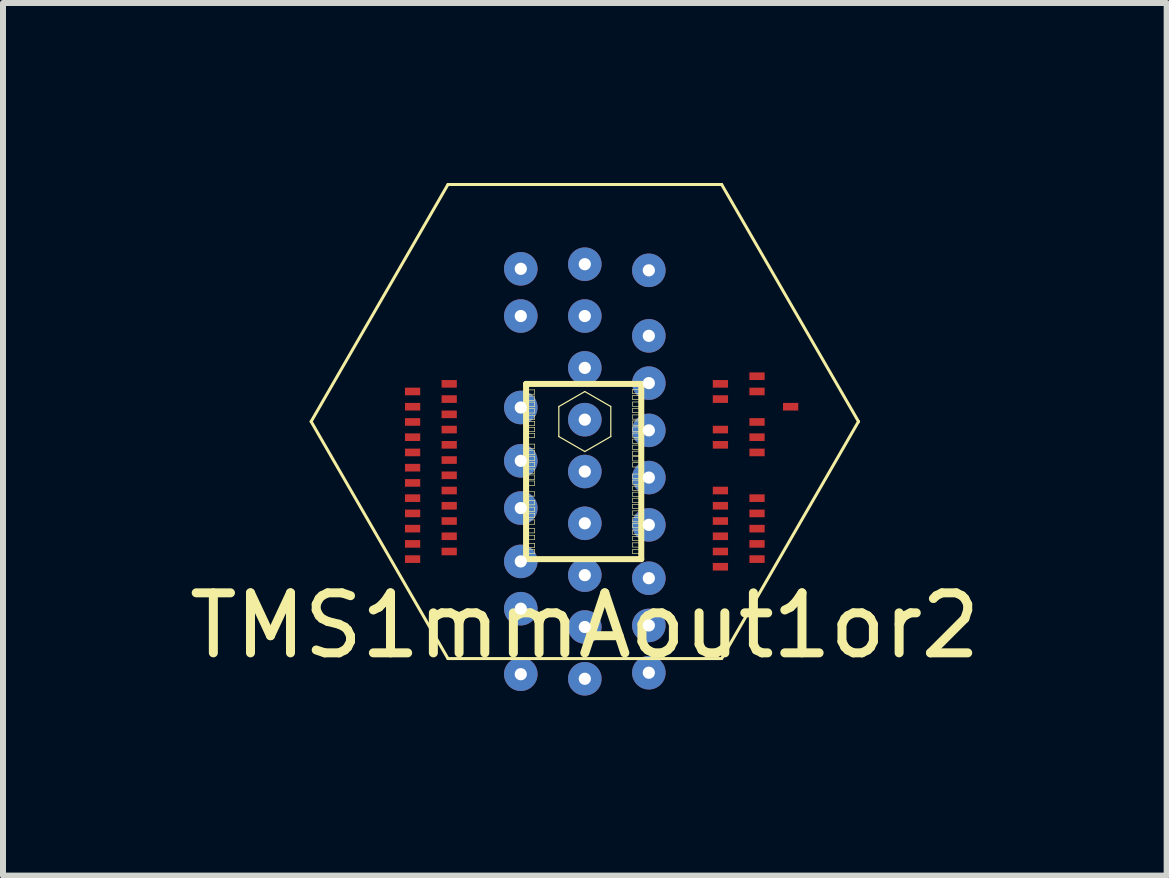
<source format=kicad_pcb>
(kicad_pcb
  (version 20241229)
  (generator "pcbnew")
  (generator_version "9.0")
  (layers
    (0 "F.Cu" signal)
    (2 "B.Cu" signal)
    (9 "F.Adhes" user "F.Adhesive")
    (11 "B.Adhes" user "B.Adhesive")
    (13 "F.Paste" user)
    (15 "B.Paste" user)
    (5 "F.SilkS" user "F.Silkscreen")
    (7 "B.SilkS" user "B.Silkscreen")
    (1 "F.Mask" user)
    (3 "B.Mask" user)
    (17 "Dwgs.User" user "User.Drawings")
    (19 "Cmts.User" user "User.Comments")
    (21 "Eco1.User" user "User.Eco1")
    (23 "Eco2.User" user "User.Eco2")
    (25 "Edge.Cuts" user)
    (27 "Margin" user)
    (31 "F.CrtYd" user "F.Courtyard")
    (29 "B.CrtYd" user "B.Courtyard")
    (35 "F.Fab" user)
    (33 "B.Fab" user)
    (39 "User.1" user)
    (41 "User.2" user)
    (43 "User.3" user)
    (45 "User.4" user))
  (footprint "TMS1mmAout1or2"
    (layer "F.Cu")
    (at 6.696 3.975)
    (property "Reference" "TMS1mmAout1or2" (at 0 3.4 0) (layer "F.SilkS") (effects (font (size 1 1) (thickness 0.15))))
    (attr through_hole)
    (fp_line (start -4.561 0) (end -2.281 -3.95) (stroke (width 0.05) (type solid)) (layer "F.SilkS"))
    (fp_line (start -2.281 -3.95) (end 2.281 -3.95) (stroke (width 0.05) (type solid)) (layer "F.SilkS"))
    (fp_line (start -2.281 3.95) (end -4.561 0) (stroke (width 0.05) (type solid)) (layer "F.SilkS"))
    (fp_line (start -0.979 -0.627) (end 0.941 -0.627) (stroke (width 0.1) (type solid)) (layer "F.SilkS"))
    (fp_line (start -0.979 2.293) (end -0.979 -0.627) (stroke (width 0.1) (type solid)) (layer "F.SilkS"))
    (fp_line (start -0.952 -0.527) (end -0.836 -0.527) (stroke (width 0.01) (type solid)) (layer "F.SilkS"))
    (fp_line (start -0.952 -0.455) (end -0.952 -0.527) (stroke (width 0.01) (type solid)) (layer "F.SilkS"))
    (fp_line (start -0.952 -0.425) (end -0.836 -0.425) (stroke (width 0.01) (type solid)) (layer "F.SilkS"))
    (fp_line (start -0.952 -0.353) (end -0.952 -0.425) (stroke (width 0.01) (type solid)) (layer "F.SilkS"))
    (fp_line (start -0.952 -0.324) (end -0.836 -0.324) (stroke (width 0.01) (type solid)) (layer "F.SilkS"))
    (fp_line (start -0.952 -0.252) (end -0.952 -0.324) (stroke (width 0.01) (type solid)) (layer "F.SilkS"))
    (fp_line (start -0.952 -0.214) (end -0.836 -0.214) (stroke (width 0.01) (type solid)) (layer "F.SilkS"))
    (fp_line (start -0.952 -0.142) (end -0.952 -0.214) (stroke (width 0.01) (type solid)) (layer "F.SilkS"))
    (fp_line (start -0.952 -0.105) (end -0.836 -0.105) (stroke (width 0.01) (type solid)) (layer "F.SilkS"))
    (fp_line (start -0.952 -0.033) (end -0.952 -0.105) (stroke (width 0.01) (type solid)) (layer "F.SilkS"))
    (fp_line (start -0.952 -0.004) (end -0.836 -0.004) (stroke (width 0.01) (type solid)) (layer "F.SilkS"))
    (fp_line (start -0.952 0.068) (end -0.952 -0.004) (stroke (width 0.01) (type solid)) (layer "F.SilkS"))
    (fp_line (start -0.952 0.096) (end -0.836 0.096) (stroke (width 0.01) (type solid)) (layer "F.SilkS"))
    (fp_line (start -0.952 0.168) (end -0.952 0.096) (stroke (width 0.01) (type solid)) (layer "F.SilkS"))
    (fp_line (start -0.952 0.197) (end -0.836 0.197) (stroke (width 0.01) (type solid)) (layer "F.SilkS"))
    (fp_line (start -0.952 0.269) (end -0.952 0.197) (stroke (width 0.01) (type solid)) (layer "F.SilkS"))
    (fp_line (start -0.952 0.376) (end -0.836 0.376) (stroke (width 0.01) (type solid)) (layer "F.SilkS"))
    (fp_line (start -0.952 0.448) (end -0.952 0.376) (stroke (width 0.01) (type solid)) (layer "F.SilkS"))
    (fp_line (start -0.952 0.477) (end -0.836 0.477) (stroke (width 0.01) (type solid)) (layer "F.SilkS"))
    (fp_line (start -0.952 0.549) (end -0.952 0.477) (stroke (width 0.01) (type solid)) (layer "F.SilkS"))
    (fp_line (start -0.952 0.578) (end -0.836 0.578) (stroke (width 0.01) (type solid)) (layer "F.SilkS"))
    (fp_line (start -0.952 0.65) (end -0.952 0.578) (stroke (width 0.01) (type solid)) (layer "F.SilkS"))
    (fp_line (start -0.952 0.679) (end -0.836 0.679) (stroke (width 0.01) (type solid)) (layer "F.SilkS"))
    (fp_line (start -0.952 0.751) (end -0.952 0.679) (stroke (width 0.01) (type solid)) (layer "F.SilkS"))
    (fp_line (start -0.952 0.79) (end -0.836 0.79) (stroke (width 0.01) (type solid)) (layer "F.SilkS"))
    (fp_line (start -0.952 0.862) (end -0.952 0.79) (stroke (width 0.01) (type solid)) (layer "F.SilkS"))
    (fp_line (start -0.952 0.891) (end -0.836 0.891) (stroke (width 0.01) (type solid)) (layer "F.SilkS"))
    (fp_line (start -0.952 0.963) (end -0.952 0.891) (stroke (width 0.01) (type solid)) (layer "F.SilkS"))
    (fp_line (start -0.952 0.991) (end -0.836 0.991) (stroke (width 0.01) (type solid)) (layer "F.SilkS"))
    (fp_line (start -0.952 1.063) (end -0.952 0.991) (stroke (width 0.01) (type solid)) (layer "F.SilkS"))
    (fp_line (start -0.952 1.171) (end -0.836 1.171) (stroke (width 0.01) (type solid)) (layer "F.SilkS"))
    (fp_line (start -0.952 1.243) (end -0.952 1.171) (stroke (width 0.01) (type solid)) (layer "F.SilkS"))
    (fp_line (start -0.952 1.316) (end -0.836 1.316) (stroke (width 0.01) (type solid)) (layer "F.SilkS"))
    (fp_line (start -0.952 1.388) (end -0.952 1.316) (stroke (width 0.01) (type solid)) (layer "F.SilkS"))
    (fp_line (start -0.952 1.427) (end -0.836 1.427) (stroke (width 0.01) (type solid)) (layer "F.SilkS"))
    (fp_line (start -0.952 1.499) (end -0.952 1.427) (stroke (width 0.01) (type solid)) (layer "F.SilkS"))
    (fp_line (start -0.952 1.528) (end -0.836 1.528) (stroke (width 0.01) (type solid)) (layer "F.SilkS"))
    (fp_line (start -0.952 1.6) (end -0.952 1.528) (stroke (width 0.01) (type solid)) (layer "F.SilkS"))
    (fp_line (start -0.952 1.639) (end -0.836 1.639) (stroke (width 0.01) (type solid)) (layer "F.SilkS"))
    (fp_line (start -0.952 1.711) (end -0.952 1.639) (stroke (width 0.01) (type solid)) (layer "F.SilkS"))
    (fp_line (start -0.952 1.784) (end -0.836 1.784) (stroke (width 0.01) (type solid)) (layer "F.SilkS"))
    (fp_line (start -0.952 1.856) (end -0.952 1.784) (stroke (width 0.01) (type solid)) (layer "F.SilkS"))
    (fp_line (start -0.952 1.895) (end -0.836 1.895) (stroke (width 0.01) (type solid)) (layer "F.SilkS"))
    (fp_line (start -0.952 1.967) (end -0.952 1.895) (stroke (width 0.01) (type solid)) (layer "F.SilkS"))
    (fp_line (start -0.952 2.029) (end -0.836 2.029) (stroke (width 0.01) (type solid)) (layer "F.SilkS"))
    (fp_line (start -0.952 2.101) (end -0.952 2.029) (stroke (width 0.01) (type solid)) (layer "F.SilkS"))
    (fp_line (start -0.952 2.13) (end -0.836 2.13) (stroke (width 0.01) (type solid)) (layer "F.SilkS"))
    (fp_line (start -0.952 2.202) (end -0.952 2.13) (stroke (width 0.01) (type solid)) (layer "F.SilkS"))
    (fp_line (start -0.836 -0.527) (end -0.836 -0.455) (stroke (width 0.01) (type solid)) (layer "F.SilkS"))
    (fp_line (start -0.836 -0.455) (end -0.952 -0.455) (stroke (width 0.01) (type solid)) (layer "F.SilkS"))
    (fp_line (start -0.836 -0.425) (end -0.836 -0.353) (stroke (width 0.01) (type solid)) (layer "F.SilkS"))
    (fp_line (start -0.836 -0.353) (end -0.952 -0.353) (stroke (width 0.01) (type solid)) (layer "F.SilkS"))
    (fp_line (start -0.836 -0.324) (end -0.836 -0.252) (stroke (width 0.01) (type solid)) (layer "F.SilkS"))
    (fp_line (start -0.836 -0.252) (end -0.952 -0.252) (stroke (width 0.01) (type solid)) (layer "F.SilkS"))
    (fp_line (start -0.836 -0.214) (end -0.836 -0.142) (stroke (width 0.01) (type solid)) (layer "F.SilkS"))
    (fp_line (start -0.836 -0.142) (end -0.952 -0.142) (stroke (width 0.01) (type solid)) (layer "F.SilkS"))
    (fp_line (start -0.836 -0.105) (end -0.836 -0.033) (stroke (width 0.01) (type solid)) (layer "F.SilkS"))
    (fp_line (start -0.836 -0.033) (end -0.952 -0.033) (stroke (width 0.01) (type solid)) (layer "F.SilkS"))
    (fp_line (start -0.836 -0.004) (end -0.836 0.068) (stroke (width 0.01) (type solid)) (layer "F.SilkS"))
    (fp_line (start -0.836 0.068) (end -0.952 0.068) (stroke (width 0.01) (type solid)) (layer "F.SilkS"))
    (fp_line (start -0.836 0.096) (end -0.836 0.168) (stroke (width 0.01) (type solid)) (layer "F.SilkS"))
    (fp_line (start -0.836 0.168) (end -0.952 0.168) (stroke (width 0.01) (type solid)) (layer "F.SilkS"))
    (fp_line (start -0.836 0.197) (end -0.836 0.269) (stroke (width 0.01) (type solid)) (layer "F.SilkS"))
    (fp_line (start -0.836 0.269) (end -0.952 0.269) (stroke (width 0.01) (type solid)) (layer "F.SilkS"))
    (fp_line (start -0.836 0.376) (end -0.836 0.448) (stroke (width 0.01) (type solid)) (layer "F.SilkS"))
    (fp_line (start -0.836 0.448) (end -0.952 0.448) (stroke (width 0.01) (type solid)) (layer "F.SilkS"))
    (fp_line (start -0.836 0.477) (end -0.836 0.549) (stroke (width 0.01) (type solid)) (layer "F.SilkS"))
    (fp_line (start -0.836 0.549) (end -0.952 0.549) (stroke (width 0.01) (type solid)) (layer "F.SilkS"))
    (fp_line (start -0.836 0.578) (end -0.836 0.65) (stroke (width 0.01) (type solid)) (layer "F.SilkS"))
    (fp_line (start -0.836 0.65) (end -0.952 0.65) (stroke (width 0.01) (type solid)) (layer "F.SilkS"))
    (fp_line (start -0.836 0.679) (end -0.836 0.751) (stroke (width 0.01) (type solid)) (layer "F.SilkS"))
    (fp_line (start -0.836 0.751) (end -0.952 0.751) (stroke (width 0.01) (type solid)) (layer "F.SilkS"))
    (fp_line (start -0.836 0.79) (end -0.836 0.862) (stroke (width 0.01) (type solid)) (layer "F.SilkS"))
    (fp_line (start -0.836 0.862) (end -0.952 0.862) (stroke (width 0.01) (type solid)) (layer "F.SilkS"))
    (fp_line (start -0.836 0.891) (end -0.836 0.963) (stroke (width 0.01) (type solid)) (layer "F.SilkS"))
    (fp_line (start -0.836 0.963) (end -0.952 0.963) (stroke (width 0.01) (type solid)) (layer "F.SilkS"))
    (fp_line (start -0.836 0.991) (end -0.836 1.063) (stroke (width 0.01) (type solid)) (layer "F.SilkS"))
    (fp_line (start -0.836 1.063) (end -0.952 1.063) (stroke (width 0.01) (type solid)) (layer "F.SilkS"))
    (fp_line (start -0.836 1.171) (end -0.836 1.243) (stroke (width 0.01) (type solid)) (layer "F.SilkS"))
    (fp_line (start -0.836 1.243) (end -0.952 1.243) (stroke (width 0.01) (type solid)) (layer "F.SilkS"))
    (fp_line (start -0.836 1.316) (end -0.836 1.388) (stroke (width 0.01) (type solid)) (layer "F.SilkS"))
    (fp_line (start -0.836 1.388) (end -0.952 1.388) (stroke (width 0.01) (type solid)) (layer "F.SilkS"))
    (fp_line (start -0.836 1.427) (end -0.836 1.499) (stroke (width 0.01) (type solid)) (layer "F.SilkS"))
    (fp_line (start -0.836 1.499) (end -0.952 1.499) (stroke (width 0.01) (type solid)) (layer "F.SilkS"))
    (fp_line (start -0.836 1.528) (end -0.836 1.6) (stroke (width 0.01) (type solid)) (layer "F.SilkS"))
    (fp_line (start -0.836 1.6) (end -0.952 1.6) (stroke (width 0.01) (type solid)) (layer "F.SilkS"))
    (fp_line (start -0.836 1.639) (end -0.836 1.711) (stroke (width 0.01) (type solid)) (layer "F.SilkS"))
    (fp_line (start -0.836 1.711) (end -0.952 1.711) (stroke (width 0.01) (type solid)) (layer "F.SilkS"))
    (fp_line (start -0.836 1.784) (end -0.836 1.856) (stroke (width 0.01) (type solid)) (layer "F.SilkS"))
    (fp_line (start -0.836 1.856) (end -0.952 1.856) (stroke (width 0.01) (type solid)) (layer "F.SilkS"))
    (fp_line (start -0.836 1.895) (end -0.836 1.967) (stroke (width 0.01) (type solid)) (layer "F.SilkS"))
    (fp_line (start -0.836 1.967) (end -0.952 1.967) (stroke (width 0.01) (type solid)) (layer "F.SilkS"))
    (fp_line (start -0.836 2.029) (end -0.836 2.101) (stroke (width 0.01) (type solid)) (layer "F.SilkS"))
    (fp_line (start -0.836 2.101) (end -0.952 2.101) (stroke (width 0.01) (type solid)) (layer "F.SilkS"))
    (fp_line (start -0.836 2.13) (end -0.836 2.202) (stroke (width 0.01) (type solid)) (layer "F.SilkS"))
    (fp_line (start -0.836 2.202) (end -0.952 2.202) (stroke (width 0.01) (type solid)) (layer "F.SilkS"))
    (fp_line (start -0.433 -0.25) (end 0 -0.5) (stroke (width 0.02) (type solid)) (layer "F.SilkS"))
    (fp_line (start -0.433 0.25) (end -0.433 -0.25) (stroke (width 0.02) (type solid)) (layer "F.SilkS"))
    (fp_line (start 0 -0.5) (end 0.433 -0.25) (stroke (width 0.02) (type solid)) (layer "F.SilkS"))
    (fp_line (start 0 0.5) (end -0.433 0.25) (stroke (width 0.02) (type solid)) (layer "F.SilkS"))
    (fp_line (start 0.433 -0.25) (end 0.433 0.25) (stroke (width 0.02) (type solid)) (layer "F.SilkS"))
    (fp_line (start 0.433 0.25) (end 0 0.5) (stroke (width 0.02) (type solid)) (layer "F.SilkS"))
    (fp_line (start 0.798 -0.537) (end 0.914 -0.537) (stroke (width 0.01) (type solid)) (layer "F.SilkS"))
    (fp_line (start 0.798 -0.465) (end 0.798 -0.537) (stroke (width 0.01) (type solid)) (layer "F.SilkS"))
    (fp_line (start 0.798 -0.436) (end 0.914 -0.436) (stroke (width 0.01) (type solid)) (layer "F.SilkS"))
    (fp_line (start 0.798 -0.364) (end 0.798 -0.436) (stroke (width 0.01) (type solid)) (layer "F.SilkS"))
    (fp_line (start 0.798 -0.326) (end 0.914 -0.326) (stroke (width 0.01) (type solid)) (layer "F.SilkS"))
    (fp_line (start 0.798 -0.254) (end 0.798 -0.326) (stroke (width 0.01) (type solid)) (layer "F.SilkS"))
    (fp_line (start 0.798 -0.22) (end 0.914 -0.22) (stroke (width 0.01) (type solid)) (layer "F.SilkS"))
    (fp_line (start 0.798 -0.148) (end 0.798 -0.22) (stroke (width 0.01) (type solid)) (layer "F.SilkS"))
    (fp_line (start 0.798 -0.111) (end 0.914 -0.111) (stroke (width 0.01) (type solid)) (layer "F.SilkS"))
    (fp_line (start 0.798 -0.039) (end 0.798 -0.111) (stroke (width 0.01) (type solid)) (layer "F.SilkS"))
    (fp_line (start 0.798 -0.01) (end 0.914 -0.01) (stroke (width 0.01) (type solid)) (layer "F.SilkS"))
    (fp_line (start 0.798 0.062) (end 0.798 -0.01) (stroke (width 0.01) (type solid)) (layer "F.SilkS"))
    (fp_line (start 0.798 0.091) (end 0.914 0.091) (stroke (width 0.01) (type solid)) (layer "F.SilkS"))
    (fp_line (start 0.798 0.163) (end 0.798 0.091) (stroke (width 0.01) (type solid)) (layer "F.SilkS"))
    (fp_line (start 0.798 0.192) (end 0.914 0.192) (stroke (width 0.01) (type solid)) (layer "F.SilkS"))
    (fp_line (start 0.798 0.264) (end 0.798 0.192) (stroke (width 0.01) (type solid)) (layer "F.SilkS"))
    (fp_line (start 0.798 0.293) (end 0.914 0.293) (stroke (width 0.01) (type solid)) (layer "F.SilkS"))
    (fp_line (start 0.798 0.365) (end 0.798 0.293) (stroke (width 0.01) (type solid)) (layer "F.SilkS"))
    (fp_line (start 0.798 0.393) (end 0.914 0.393) (stroke (width 0.01) (type solid)) (layer "F.SilkS"))
    (fp_line (start 0.798 0.465) (end 0.798 0.393) (stroke (width 0.01) (type solid)) (layer "F.SilkS"))
    (fp_line (start 0.798 0.494) (end 0.914 0.494) (stroke (width 0.01) (type solid)) (layer "F.SilkS"))
    (fp_line (start 0.798 0.566) (end 0.798 0.494) (stroke (width 0.01) (type solid)) (layer "F.SilkS"))
    (fp_line (start 0.798 0.585) (end 0.914 0.585) (stroke (width 0.01) (type solid)) (layer "F.SilkS"))
    (fp_line (start 0.798 0.657) (end 0.798 0.585) (stroke (width 0.01) (type solid)) (layer "F.SilkS"))
    (fp_line (start 0.798 0.686) (end 0.914 0.686) (stroke (width 0.01) (type solid)) (layer "F.SilkS"))
    (fp_line (start 0.798 0.758) (end 0.798 0.686) (stroke (width 0.01) (type solid)) (layer "F.SilkS"))
    (fp_line (start 0.798 0.875) (end 0.914 0.875) (stroke (width 0.01) (type solid)) (layer "F.SilkS"))
    (fp_line (start 0.798 0.947) (end 0.798 0.875) (stroke (width 0.01) (type solid)) (layer "F.SilkS"))
    (fp_line (start 0.798 0.976) (end 0.914 0.976) (stroke (width 0.01) (type solid)) (layer "F.SilkS"))
    (fp_line (start 0.798 1.048) (end 0.798 0.976) (stroke (width 0.01) (type solid)) (layer "F.SilkS"))
    (fp_line (start 0.798 1.077) (end 0.914 1.077) (stroke (width 0.01) (type solid)) (layer "F.SilkS"))
    (fp_line (start 0.798 1.149) (end 0.798 1.077) (stroke (width 0.01) (type solid)) (layer "F.SilkS"))
    (fp_line (start 0.798 1.177) (end 0.914 1.177) (stroke (width 0.01) (type solid)) (layer "F.SilkS"))
    (fp_line (start 0.798 1.249) (end 0.798 1.177) (stroke (width 0.01) (type solid)) (layer "F.SilkS"))
    (fp_line (start 0.798 1.278) (end 0.914 1.278) (stroke (width 0.01) (type solid)) (layer "F.SilkS"))
    (fp_line (start 0.798 1.35) (end 0.798 1.278) (stroke (width 0.01) (type solid)) (layer "F.SilkS"))
    (fp_line (start 0.798 1.379) (end 0.914 1.379) (stroke (width 0.01) (type solid)) (layer "F.SilkS"))
    (fp_line (start 0.798 1.451) (end 0.798 1.379) (stroke (width 0.01) (type solid)) (layer "F.SilkS"))
    (fp_line (start 0.798 1.488) (end 0.914 1.488) (stroke (width 0.01) (type solid)) (layer "F.SilkS"))
    (fp_line (start 0.798 1.56) (end 0.798 1.488) (stroke (width 0.01) (type solid)) (layer "F.SilkS"))
    (fp_line (start 0.798 1.598) (end 0.914 1.598) (stroke (width 0.01) (type solid)) (layer "F.SilkS"))
    (fp_line (start 0.798 1.67) (end 0.798 1.598) (stroke (width 0.01) (type solid)) (layer "F.SilkS"))
    (fp_line (start 0.798 1.698) (end 0.914 1.698) (stroke (width 0.01) (type solid)) (layer "F.SilkS"))
    (fp_line (start 0.798 1.77) (end 0.798 1.698) (stroke (width 0.01) (type solid)) (layer "F.SilkS"))
    (fp_line (start 0.798 1.808) (end 0.914 1.808) (stroke (width 0.01) (type solid)) (layer "F.SilkS"))
    (fp_line (start 0.798 1.88) (end 0.798 1.808) (stroke (width 0.01) (type solid)) (layer "F.SilkS"))
    (fp_line (start 0.798 1.914) (end 0.914 1.914) (stroke (width 0.01) (type solid)) (layer "F.SilkS"))
    (fp_line (start 0.798 1.986) (end 0.798 1.914) (stroke (width 0.01) (type solid)) (layer "F.SilkS"))
    (fp_line (start 0.798 2.021) (end 0.914 2.021) (stroke (width 0.01) (type solid)) (layer "F.SilkS"))
    (fp_line (start 0.798 2.093) (end 0.798 2.021) (stroke (width 0.01) (type solid)) (layer "F.SilkS"))
    (fp_line (start 0.798 2.13) (end 0.914 2.13) (stroke (width 0.01) (type solid)) (layer "F.SilkS"))
    (fp_line (start 0.798 2.202) (end 0.798 2.13) (stroke (width 0.01) (type solid)) (layer "F.SilkS"))
    (fp_line (start 0.914 -0.537) (end 0.914 -0.465) (stroke (width 0.01) (type solid)) (layer "F.SilkS"))
    (fp_line (start 0.914 -0.465) (end 0.798 -0.465) (stroke (width 0.01) (type solid)) (layer "F.SilkS"))
    (fp_line (start 0.914 -0.436) (end 0.914 -0.364) (stroke (width 0.01) (type solid)) (layer "F.SilkS"))
    (fp_line (start 0.914 -0.364) (end 0.798 -0.364) (stroke (width 0.01) (type solid)) (layer "F.SilkS"))
    (fp_line (start 0.914 -0.326) (end 0.914 -0.254) (stroke (width 0.01) (type solid)) (layer "F.SilkS"))
    (fp_line (start 0.914 -0.254) (end 0.798 -0.254) (stroke (width 0.01) (type solid)) (layer "F.SilkS"))
    (fp_line (start 0.914 -0.22) (end 0.914 -0.148) (stroke (width 0.01) (type solid)) (layer "F.SilkS"))
    (fp_line (start 0.914 -0.148) (end 0.798 -0.148) (stroke (width 0.01) (type solid)) (layer "F.SilkS"))
    (fp_line (start 0.914 -0.111) (end 0.914 -0.039) (stroke (width 0.01) (type solid)) (layer "F.SilkS"))
    (fp_line (start 0.914 -0.039) (end 0.798 -0.039) (stroke (width 0.01) (type solid)) (layer "F.SilkS"))
    (fp_line (start 0.914 -0.01) (end 0.914 0.062) (stroke (width 0.01) (type solid)) (layer "F.SilkS"))
    (fp_line (start 0.914 0.062) (end 0.798 0.062) (stroke (width 0.01) (type solid)) (layer "F.SilkS"))
    (fp_line (start 0.914 0.091) (end 0.914 0.163) (stroke (width 0.01) (type solid)) (layer "F.SilkS"))
    (fp_line (start 0.914 0.163) (end 0.798 0.163) (stroke (width 0.01) (type solid)) (layer "F.SilkS"))
    (fp_line (start 0.914 0.192) (end 0.914 0.264) (stroke (width 0.01) (type solid)) (layer "F.SilkS"))
    (fp_line (start 0.914 0.264) (end 0.798 0.264) (stroke (width 0.01) (type solid)) (layer "F.SilkS"))
    (fp_line (start 0.914 0.293) (end 0.914 0.365) (stroke (width 0.01) (type solid)) (layer "F.SilkS"))
    (fp_line (start 0.914 0.365) (end 0.798 0.365) (stroke (width 0.01) (type solid)) (layer "F.SilkS"))
    (fp_line (start 0.914 0.393) (end 0.914 0.465) (stroke (width 0.01) (type solid)) (layer "F.SilkS"))
    (fp_line (start 0.914 0.465) (end 0.798 0.465) (stroke (width 0.01) (type solid)) (layer "F.SilkS"))
    (fp_line (start 0.914 0.494) (end 0.914 0.566) (stroke (width 0.01) (type solid)) (layer "F.SilkS"))
    (fp_line (start 0.914 0.566) (end 0.798 0.566) (stroke (width 0.01) (type solid)) (layer "F.SilkS"))
    (fp_line (start 0.914 0.585) (end 0.914 0.657) (stroke (width 0.01) (type solid)) (layer "F.SilkS"))
    (fp_line (start 0.914 0.657) (end 0.798 0.657) (stroke (width 0.01) (type solid)) (layer "F.SilkS"))
    (fp_line (start 0.914 0.686) (end 0.914 0.758) (stroke (width 0.01) (type solid)) (layer "F.SilkS"))
    (fp_line (start 0.914 0.758) (end 0.798 0.758) (stroke (width 0.01) (type solid)) (layer "F.SilkS"))
    (fp_line (start 0.914 0.875) (end 0.914 0.947) (stroke (width 0.01) (type solid)) (layer "F.SilkS"))
    (fp_line (start 0.914 0.947) (end 0.798 0.947) (stroke (width 0.01) (type solid)) (layer "F.SilkS"))
    (fp_line (start 0.914 0.976) (end 0.914 1.048) (stroke (width 0.01) (type solid)) (layer "F.SilkS"))
    (fp_line (start 0.914 1.048) (end 0.798 1.048) (stroke (width 0.01) (type solid)) (layer "F.SilkS"))
    (fp_line (start 0.914 1.077) (end 0.914 1.149) (stroke (width 0.01) (type solid)) (layer "F.SilkS"))
    (fp_line (start 0.914 1.149) (end 0.798 1.149) (stroke (width 0.01) (type solid)) (layer "F.SilkS"))
    (fp_line (start 0.914 1.177) (end 0.914 1.249) (stroke (width 0.01) (type solid)) (layer "F.SilkS"))
    (fp_line (start 0.914 1.249) (end 0.798 1.249) (stroke (width 0.01) (type solid)) (layer "F.SilkS"))
    (fp_line (start 0.914 1.278) (end 0.914 1.35) (stroke (width 0.01) (type solid)) (layer "F.SilkS"))
    (fp_line (start 0.914 1.35) (end 0.798 1.35) (stroke (width 0.01) (type solid)) (layer "F.SilkS"))
    (fp_line (start 0.914 1.379) (end 0.914 1.451) (stroke (width 0.01) (type solid)) (layer "F.SilkS"))
    (fp_line (start 0.914 1.451) (end 0.798 1.451) (stroke (width 0.01) (type solid)) (layer "F.SilkS"))
    (fp_line (start 0.914 1.488) (end 0.914 1.56) (stroke (width 0.01) (type solid)) (layer "F.SilkS"))
    (fp_line (start 0.914 1.56) (end 0.798 1.56) (stroke (width 0.01) (type solid)) (layer "F.SilkS"))
    (fp_line (start 0.914 1.598) (end 0.914 1.67) (stroke (width 0.01) (type solid)) (layer "F.SilkS"))
    (fp_line (start 0.914 1.67) (end 0.798 1.67) (stroke (width 0.01) (type solid)) (layer "F.SilkS"))
    (fp_line (start 0.914 1.698) (end 0.914 1.77) (stroke (width 0.01) (type solid)) (layer "F.SilkS"))
    (fp_line (start 0.914 1.77) (end 0.798 1.77) (stroke (width 0.01) (type solid)) (layer "F.SilkS"))
    (fp_line (start 0.914 1.808) (end 0.914 1.88) (stroke (width 0.01) (type solid)) (layer "F.SilkS"))
    (fp_line (start 0.914 1.88) (end 0.798 1.88) (stroke (width 0.01) (type solid)) (layer "F.SilkS"))
    (fp_line (start 0.914 1.914) (end 0.914 1.986) (stroke (width 0.01) (type solid)) (layer "F.SilkS"))
    (fp_line (start 0.914 1.986) (end 0.798 1.986) (stroke (width 0.01) (type solid)) (layer "F.SilkS"))
    (fp_line (start 0.914 2.021) (end 0.914 2.093) (stroke (width 0.01) (type solid)) (layer "F.SilkS"))
    (fp_line (start 0.914 2.093) (end 0.798 2.093) (stroke (width 0.01) (type solid)) (layer "F.SilkS"))
    (fp_line (start 0.914 2.13) (end 0.914 2.202) (stroke (width 0.01) (type solid)) (layer "F.SilkS"))
    (fp_line (start 0.914 2.202) (end 0.798 2.202) (stroke (width 0.01) (type solid)) (layer "F.SilkS"))
    (fp_line (start 0.941 -0.627) (end 0.941 2.293) (stroke (width 0.1) (type solid)) (layer "F.SilkS"))
    (fp_line (start 0.941 2.293) (end -0.979 2.293) (stroke (width 0.1) (type solid)) (layer "F.SilkS"))
    (fp_line (start 2.281 -3.95) (end 4.561 0) (stroke (width 0.05) (type solid)) (layer "F.SilkS"))
    (fp_line (start 2.281 3.95) (end -2.281 3.95) (stroke (width 0.05) (type solid)) (layer "F.SilkS"))
    (fp_line (start 4.561 0) (end 2.281 3.95) (stroke (width 0.05) (type solid)) (layer "F.SilkS"))
    (pad "1" smd rect (at -2.26 -0.628 90) (size 0.127 0.254) (layers "F.Cu" "F.Mask"))
    (pad "1" thru_hole circle (at 0 -0.894) (size 0.559 0.559) (drill 0.203) (layers "*.Cu"))
    (pad "2" smd rect (at -2.87 -0.501 90) (size 0.127 0.254) (layers "F.Cu" "F.Mask"))
    (pad "2" thru_hole circle (at 0 -1.758) (size 0.559 0.559) (drill 0.203) (layers "*.Cu"))
    (pad "3" smd rect (at -2.26 -0.374 90) (size 0.127 0.254) (layers "F.Cu" "F.Mask"))
    (pad "3" thru_hole circle (at 0 -0.031) (size 0.559 0.559) (drill 0.203) (layers "*.Cu"))
    (pad "4" smd rect (at -2.87 -0.247 90) (size 0.127 0.254) (layers "F.Cu" "F.Mask"))
    (pad "4" thru_hole circle (at 0 -2.622) (size 0.559 0.559) (drill 0.203) (layers "*.Cu"))
    (pad "5" smd rect (at -2.26 -0.12 90) (size 0.127 0.254) (layers "F.Cu" "F.Mask"))
    (pad "6" smd rect (at -2.87 0.007 90) (size 0.127 0.254) (layers "F.Cu" "F.Mask"))
    (pad "7" smd rect (at -2.26 0.134 90) (size 0.127 0.254) (layers "F.Cu" "F.Mask"))
    (pad "8" smd rect (at -2.87 0.261 90) (size 0.127 0.254) (layers "F.Cu" "F.Mask"))
    (pad "9" smd rect (at -2.26 0.388 90) (size 0.127 0.254) (layers "F.Cu" "F.Mask"))
    (pad "10" smd rect (at -2.87 0.515 90) (size 0.127 0.254) (layers "F.Cu" "F.Mask"))
    (pad "11" smd rect (at -2.26 0.642 90) (size 0.127 0.254) (layers "F.Cu" "F.Mask"))
    (pad "12" smd rect (at -2.87 0.769 90) (size 0.127 0.254) (layers "F.Cu" "F.Mask"))
    (pad "13" smd rect (at -2.26 0.896 90) (size 0.127 0.254) (layers "F.Cu" "F.Mask"))
    (pad "13" thru_hole circle (at -1.067 -0.234) (size 0.559 0.559) (drill 0.203) (layers "*.Cu"))
    (pad "14" smd rect (at -2.87 1.023 90) (size 0.127 0.254) (layers "F.Cu" "F.Mask"))
    (pad "14" thru_hole circle (at -1.067 -1.758) (size 0.559 0.559) (drill 0.203) (layers "*.Cu"))
    (pad "15" smd rect (at -2.26 1.15 90) (size 0.127 0.254) (layers "F.Cu" "F.Mask"))
    (pad "15" thru_hole circle (at 0 0.833) (size 0.559 0.559) (drill 0.203) (layers "*.Cu"))
    (pad "16" smd rect (at -2.87 1.277 90) (size 0.127 0.254) (layers "F.Cu" "F.Mask"))
    (pad "16" thru_hole circle (at -1.067 -2.545) (size 0.559 0.559) (drill 0.203) (layers "*.Cu"))
    (pad "17" smd rect (at -2.26 1.404 90) (size 0.127 0.254) (layers "F.Cu" "F.Mask"))
    (pad "17" thru_hole circle (at -1.067 0.655) (size 0.559 0.559) (drill 0.203) (layers "*.Cu"))
    (pad "18" smd rect (at -2.87 1.531 90) (size 0.127 0.254) (layers "F.Cu" "F.Mask"))
    (pad "18" thru_hole circle (at -1.067 4.211) (size 0.559 0.559) (drill 0.203) (layers "*.Cu"))
    (pad "19" smd rect (at -2.26 1.658 90) (size 0.127 0.254) (layers "F.Cu" "F.Mask"))
    (pad "19" thru_hole circle (at -1.067 1.442) (size 0.559 0.559) (drill 0.203) (layers "*.Cu"))
    (pad "20" smd rect (at -2.87 1.785 90) (size 0.127 0.254) (layers "F.Cu" "F.Mask"))
    (pad "20" thru_hole circle (at 0 4.287) (size 0.559 0.559) (drill 0.203) (layers "*.Cu"))
    (pad "21" smd rect (at -2.26 1.912 90) (size 0.127 0.254) (layers "F.Cu" "F.Mask"))
    (pad "21" thru_hole circle (at 0 2.56) (size 0.559 0.559) (drill 0.203) (layers "*.Cu"))
    (pad "22" smd rect (at -2.87 2.039 90) (size 0.127 0.254) (layers "F.Cu" "F.Mask"))
    (pad "22" thru_hole circle (at -1.067 3.119) (size 0.559 0.559) (drill 0.203) (layers "*.Cu"))
    (pad "23" smd rect (at -2.26 2.166 90) (size 0.127 0.254) (layers "F.Cu" "F.Mask"))
    (pad "23" thru_hole circle (at -1.067 2.331) (size 0.559 0.559) (drill 0.203) (layers "*.Cu"))
    (pad "24" smd rect (at -2.87 2.293 90) (size 0.127 0.254) (layers "F.Cu" "F.Mask"))
    (pad "24" thru_hole circle (at 0 3.424) (size 0.559 0.559) (drill 0.203) (layers "*.Cu"))
    (pad "25" thru_hole circle (at 1.067 2.611) (size 0.559 0.559) (drill 0.203) (layers "*.Cu"))
    (pad "25" smd rect (at 2.26 2.42 90) (size 0.127 0.254) (layers "F.Cu" "F.Mask"))
    (pad "26" thru_hole circle (at 1.067 4.186) (size 0.559 0.559) (drill 0.203) (layers "*.Cu"))
    (pad "26" smd rect (at 2.87 2.293 90) (size 0.127 0.254) (layers "F.Cu" "F.Mask"))
    (pad "27" thru_hole circle (at 0 1.696) (size 0.559 0.559) (drill 0.203) (layers "*.Cu"))
    (pad "27" smd rect (at 2.26 2.166 90) (size 0.127 0.254) (layers "F.Cu" "F.Mask"))
    (pad "28" thru_hole circle (at 1.067 3.398) (size 0.559 0.559) (drill 0.203) (layers "*.Cu"))
    (pad "28" smd rect (at 2.87 2.039 90) (size 0.127 0.254) (layers "F.Cu" "F.Mask"))
    (pad "29" smd rect (at 2.26 1.912 90) (size 0.127 0.254) (layers "F.Cu" "F.Mask"))
    (pad "30" smd rect (at 2.87 1.785 90) (size 0.127 0.254) (layers "F.Cu" "F.Mask"))
    (pad "31" thru_hole circle (at 1.067 1.722) (size 0.559 0.559) (drill 0.203) (layers "*.Cu"))
    (pad "31" smd rect (at 2.26 1.658 90) (size 0.127 0.254) (layers "F.Cu" "F.Mask"))
    (pad "32" thru_hole circle (at 1.067 -1.428) (size 0.559 0.559) (drill 0.203) (layers "*.Cu"))
    (pad "32" smd rect (at 2.87 1.531 90) (size 0.127 0.254) (layers "F.Cu" "F.Mask"))
    (pad "33" thru_hole circle (at 1.067 0.934) (size 0.559 0.559) (drill 0.203) (layers "*.Cu"))
    (pad "33" smd rect (at 2.26 1.404 90) (size 0.127 0.254) (layers "F.Cu" "F.Mask"))
    (pad "34" thru_hole circle (at 1.067 -0.64) (size 0.559 0.559) (drill 0.203) (layers "*.Cu"))
    (pad "34" smd rect (at 2.87 1.277 90) (size 0.127 0.254) (layers "F.Cu" "F.Mask"))
    (pad "35" thru_hole circle (at 1.067 0.147) (size 0.559 0.559) (drill 0.203) (layers "*.Cu"))
    (pad "35" smd rect (at 2.26 1.15 90) (size 0.127 0.254) (layers "F.Cu" "F.Mask"))
    (pad "40" thru_hole circle (at 1.067 -2.52) (size 0.559 0.559) (drill 0.203) (layers "*.Cu"))
    (pad "40" smd rect (at 2.87 0.515 90) (size 0.127 0.254) (layers "F.Cu" "F.Mask"))
    (pad "41" smd rect (at 2.26 0.388 90) (size 0.127 0.254) (layers "F.Cu" "F.Mask"))
    (pad "42" smd rect (at 2.87 0.261 90) (size 0.127 0.254) (layers "F.Cu" "F.Mask"))
    (pad "43" smd rect (at 2.26 0.134 90) (size 0.127 0.254) (layers "F.Cu" "F.Mask"))
    (pad "44" smd rect (at 2.87 0.007 90) (size 0.127 0.254) (layers "F.Cu" "F.Mask"))
    (pad "46" smd rect (at 3.43 -0.247 90) (size 0.127 0.254) (layers "F.Cu" "F.Mask"))
    (pad "47" smd rect (at 2.26 -0.374 90) (size 0.127 0.254) (layers "F.Cu" "F.Mask"))
    (pad "48" smd rect (at 2.87 -0.501 90) (size 0.127 0.254) (layers "F.Cu" "F.Mask"))
    (pad "49" smd rect (at 2.26 -0.628 90) (size 0.127 0.254) (layers "F.Cu" "F.Mask"))
    (pad "50" smd rect (at 2.87 -0.755 90) (size 0.127 0.254) (layers "F.Cu" "F.Mask")))
  (gr_rect
    (start -3 -3)
    (end 16.393 11.542)
    (stroke (width 0.1) (type default))
    (fill no)
    (layer "Edge.Cuts")))
</source>
